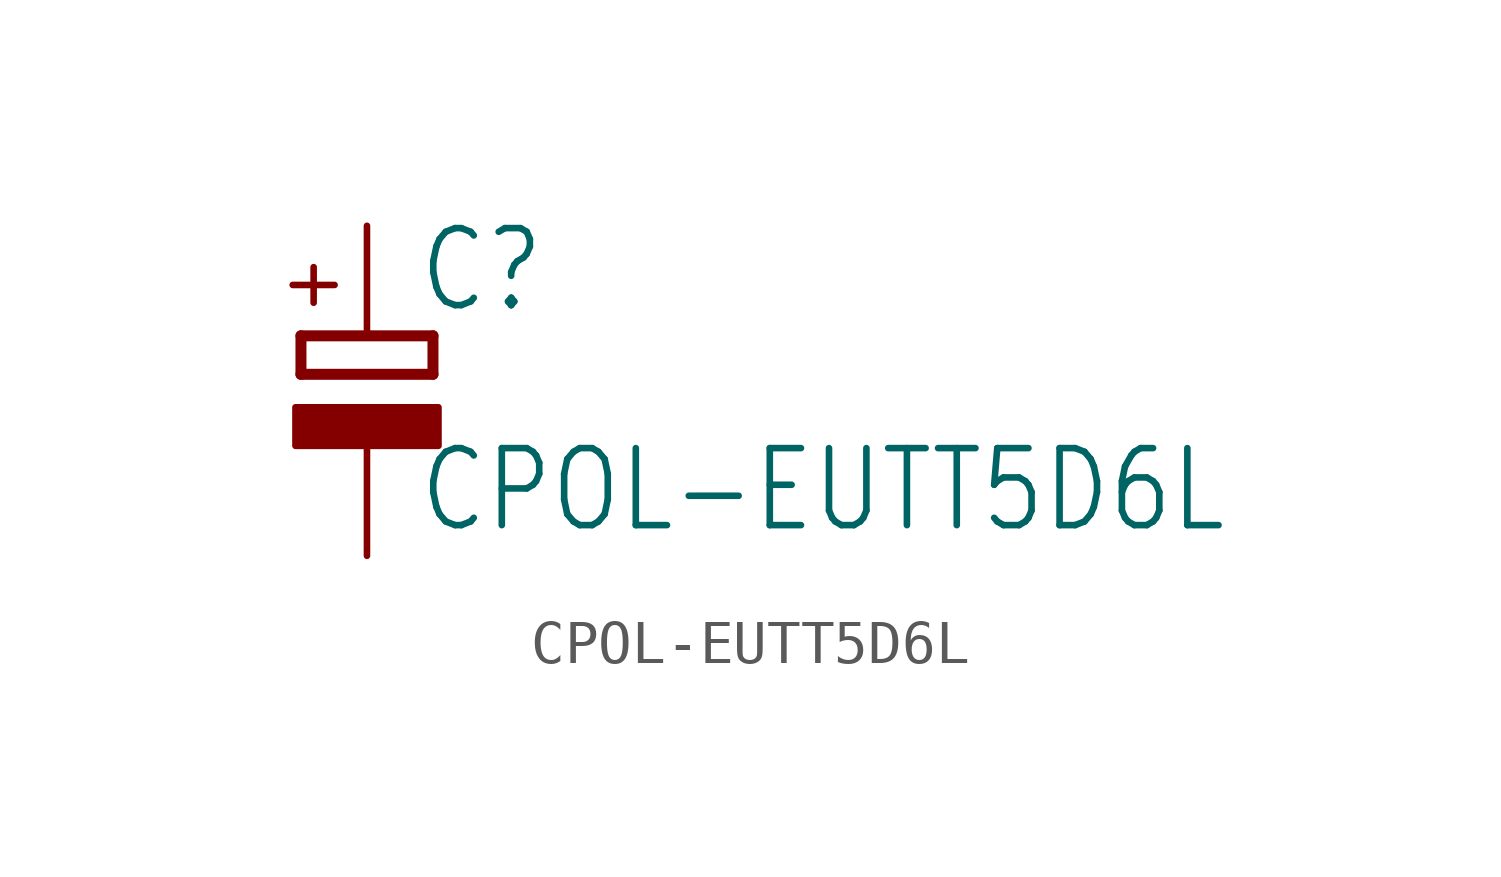
<source format=kicad_sym>
(kicad_symbol_lib
  (version 20211014)
  (generator kicad_symbol_editor)
  (symbol "CPOL-EUTT5D6L"
    (property "Reference" "C"
      (at 1.143 0.483 0)
      (effects (font (size 1.778 1.511)) (justify left bottom)))
    (property "Value" "CPOL-EUTT5D6L"
      (at 1.143 -4.597 0)
      (effects (font (size 1.778 1.511)) (justify left bottom)))
    (property "ki_locked" ""
      (at 0 0 0)
      (effects (font (size 1.27 1.27))))
    (symbol "CPOL-EUTT5D6L_1_0"
      (rectangle (start -1.651 -2.54) (end 1.651 -1.651) (stroke (width 0) (type default) (color 0 0 0 0)) (fill (type outline)))
      (polyline (pts (xy -1.524 -0.889) (xy 1.524 -0.889)) (stroke (width 0.254) (type default) (color 0 0 0 0)) (fill (type none)))
      (polyline (pts (xy -1.524 0) (xy -1.524 -0.889)) (stroke (width 0.254) (type default) (color 0 0 0 0)) (fill (type none)))
      (polyline (pts (xy -1.524 0) (xy 1.524 0)) (stroke (width 0.254) (type default) (color 0 0 0 0)) (fill (type none)))
      (polyline (pts (xy 1.524 -0.889) (xy 1.524 0)) (stroke (width 0.254) (type default) (color 0 0 0 0)) (fill (type none)))
      (text "+" (at -0.584 0.406 900) (effects (font (size 1.27 1.079)) (justify left bottom)))
      (pin passive line (at 0 2.54 270) (length 2.54) (name "+" (effects (font (size 0 0)))) (number "+" (effects (font (size 0 0)))))
      (pin passive line (at 0 -5.08 90) (length 2.54) (name "-" (effects (font (size 0 0)))) (number "-" (effects (font (size 0 0))))))))
</source>
